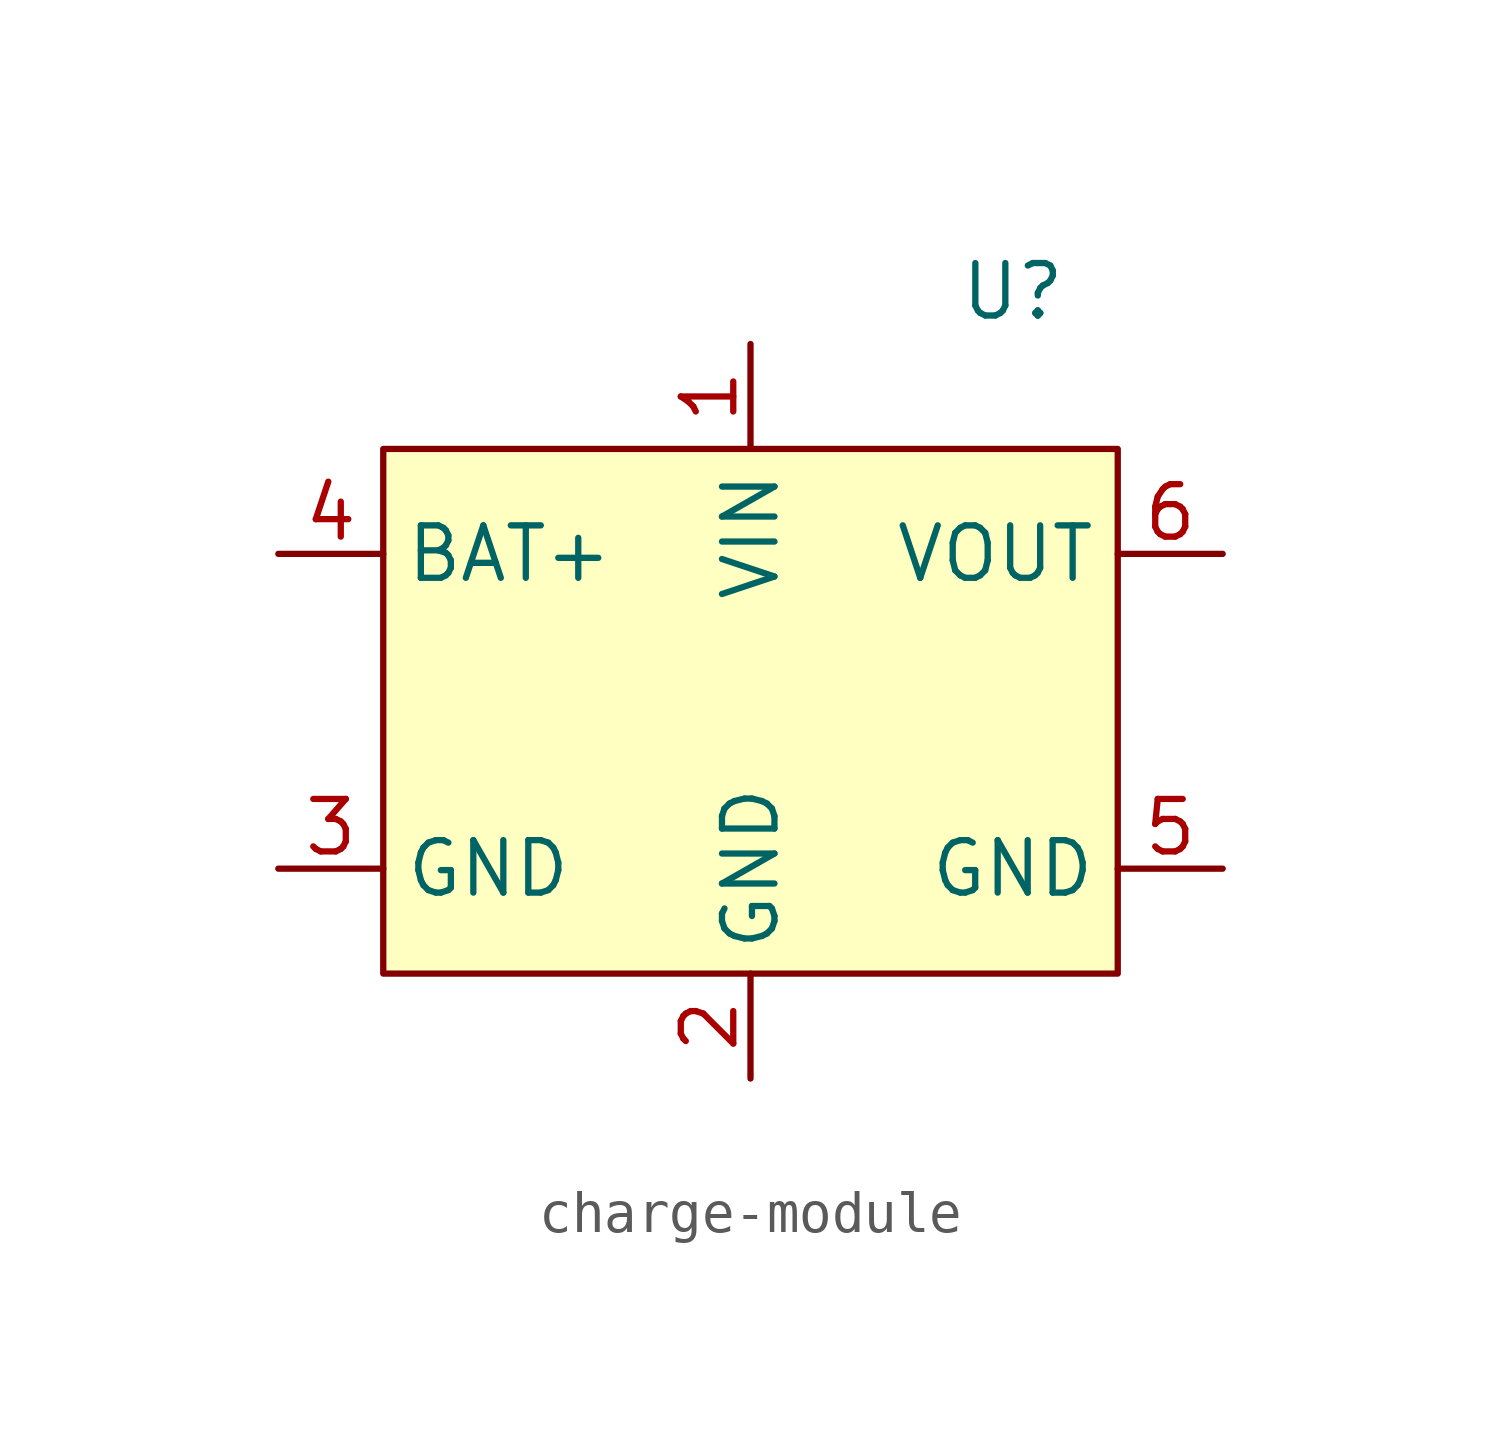
<source format=kicad_sym>
(kicad_symbol_lib
  (version 20220914)
  (generator kicad_symbol_editor)
  (symbol "charge-module"
    (property "Reference" "U"
      (at 6.35 10.16 0)
      (effects (font (size 1.27 1.27))))
    (property "Value" ""
      (at -1.27 0 0)
      (effects (font (size 1.27 1.27))))
    (symbol "charge-module_1_1"
      (rectangle (start -8.89 6.35) (end 8.89 -6.35) (stroke (width 0) (type default)) (fill (type background)))
      (pin power_in line (at 0 8.89 270) (length 2.54) (name "VIN" (effects (font (size 1.27 1.27)))) (number "1" (effects (font (size 1.27 1.27)))))
      (pin power_in line (at 0 -8.89 90) (length 2.54) (name "GND" (effects (font (size 1.27 1.27)))) (number "2" (effects (font (size 1.27 1.27)))))
      (pin power_in line (at -11.43 -3.81 0) (length 2.54) (name "GND" (effects (font (size 1.27 1.27)))) (number "3" (effects (font (size 1.27 1.27)))))
      (pin power_in line (at -11.43 3.81 0) (length 2.54) (name "BAT+" (effects (font (size 1.27 1.27)))) (number "4" (effects (font (size 1.27 1.27)))))
      (pin power_in line (at 11.43 -3.81 180) (length 2.54) (name "GND" (effects (font (size 1.27 1.27)))) (number "5" (effects (font (size 1.27 1.27)))))
      (pin power_in line (at 11.43 3.81 180) (length 2.54) (name "VOUT" (effects (font (size 1.27 1.27)))) (number "6" (effects (font (size 1.27 1.27))))))))
</source>
